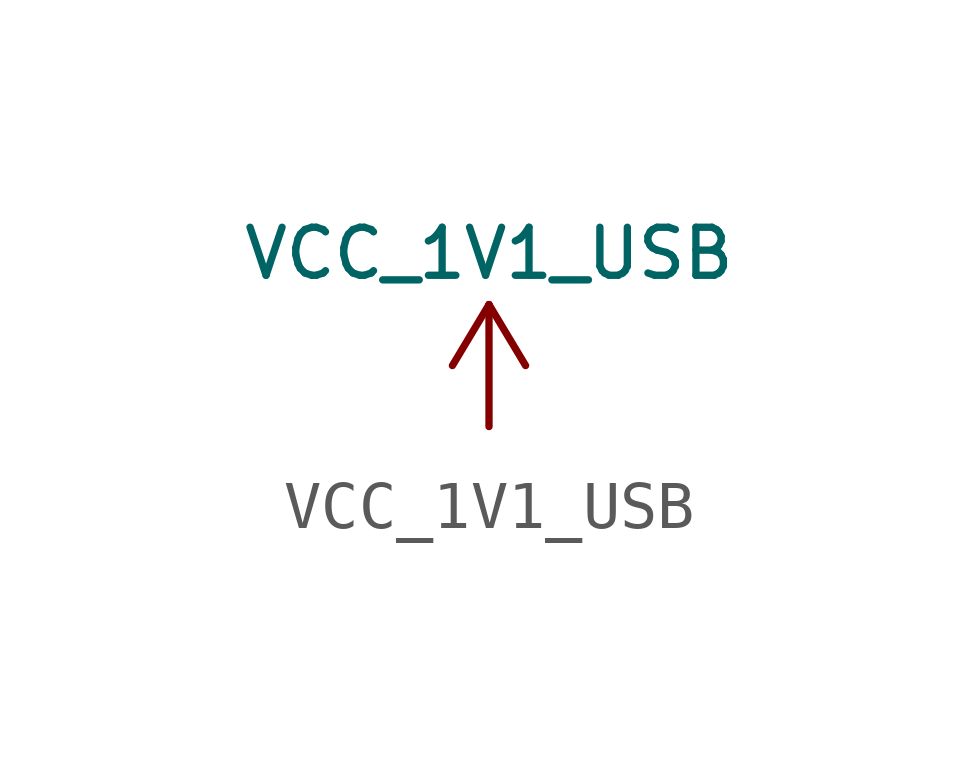
<source format=kicad_sym>
(kicad_symbol_lib
  (version 20241209)
  (generator "kicad_symbol_editor")
  (generator_version "9.0")
  (symbol "VCC_1V1_USB"
    (power)
    (pin_names
      (offset 0))
    (property "Reference" "#PWR?"
      (at 0 -3.81 0)
      (effects (font (size 1.27 1.27)) (hide yes)))
    (property "Value" "VCC_1V1_USB"
      (at 0 3.605 0)
      (effects (font (size 1 1))))
    (symbol "VCC_1V1_USB_0_1"
      (polyline (pts (xy -0.762 1.27) (xy 0 2.54)) (stroke (width 0) (type default)) (fill (type none)))
      (polyline (pts (xy 0 2.54) (xy 0.762 1.27)) (stroke (width 0) (type default)) (fill (type none)))
      (polyline (pts (xy 0 0) (xy 0 2.54)) (stroke (width 0) (type default)) (fill (type none))))
    (symbol "VCC_1V1_USB_1_1"
      (pin power_in line (at 0 0 90) (length 0) (hide yes) (name "VCC_1V1_USB" (effects (font (size 1.27 1.27)))) (number "1" (effects (font (size 1.27 1.27))))))))
</source>
